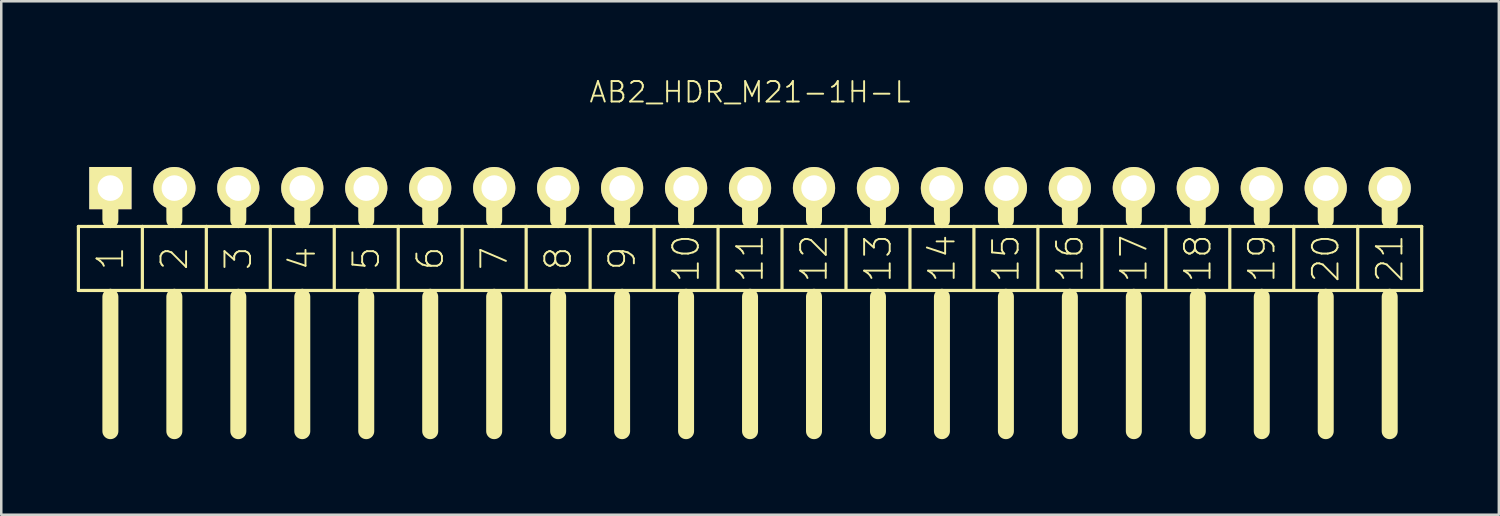
<source format=kicad_pcb>
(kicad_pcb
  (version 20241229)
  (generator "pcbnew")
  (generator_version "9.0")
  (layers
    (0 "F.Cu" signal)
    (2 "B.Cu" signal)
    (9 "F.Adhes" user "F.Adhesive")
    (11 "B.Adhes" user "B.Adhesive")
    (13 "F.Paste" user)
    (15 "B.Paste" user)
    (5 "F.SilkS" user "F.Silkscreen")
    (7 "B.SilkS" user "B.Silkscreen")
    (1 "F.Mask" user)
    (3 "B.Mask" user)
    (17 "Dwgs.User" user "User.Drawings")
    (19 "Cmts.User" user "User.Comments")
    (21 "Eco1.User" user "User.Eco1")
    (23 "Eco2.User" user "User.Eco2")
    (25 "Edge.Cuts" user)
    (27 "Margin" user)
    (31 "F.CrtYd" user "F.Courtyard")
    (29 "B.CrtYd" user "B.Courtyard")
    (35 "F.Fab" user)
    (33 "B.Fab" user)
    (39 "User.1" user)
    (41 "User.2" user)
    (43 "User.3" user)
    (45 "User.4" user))
  (footprint "AB2_HDR_M21-1H-L"
    (layer "F.Cu")
    (at 26.733 4.419)
    (property "Reference" "AB2_HDR_M21-1H-L" (at 0 -3.81 0) (layer "F.SilkS") (effects (font (size 0.813 0.813) (thickness 0.076))))
    (attr through_hole)
    (fp_line (start -26.67 1.524) (end -26.67 4.064) (stroke (width 0.127) (type solid)) (layer "F.SilkS"))
    (fp_line (start -26.67 4.064) (end -25.4 4.064) (stroke (width 0.127) (type solid)) (layer "F.SilkS"))
    (fp_line (start -25.4 0) (end -25.4 1.27) (stroke (width 0.635) (type solid)) (layer "F.SilkS"))
    (fp_line (start -25.4 1.524) (end -26.67 1.524) (stroke (width 0.127) (type solid)) (layer "F.SilkS"))
    (fp_line (start -25.4 4.064) (end -24.13 4.064) (stroke (width 0.127) (type solid)) (layer "F.SilkS"))
    (fp_line (start -25.4 4.318) (end -25.4 9.652) (stroke (width 0.635) (type solid)) (layer "F.SilkS"))
    (fp_line (start -24.13 1.524) (end -25.4 1.524) (stroke (width 0.127) (type solid)) (layer "F.SilkS"))
    (fp_line (start -24.13 4.064) (end -24.13 1.524) (stroke (width 0.127) (type solid)) (layer "F.SilkS"))
    (fp_line (start -24.13 4.064) (end -22.86 4.064) (stroke (width 0.127) (type solid)) (layer "F.SilkS"))
    (fp_line (start -22.86 0) (end -22.86 1.27) (stroke (width 0.635) (type solid)) (layer "F.SilkS"))
    (fp_line (start -22.86 1.524) (end -24.13 1.524) (stroke (width 0.127) (type solid)) (layer "F.SilkS"))
    (fp_line (start -22.86 4.064) (end -21.59 4.064) (stroke (width 0.127) (type solid)) (layer "F.SilkS"))
    (fp_line (start -22.86 4.318) (end -22.86 9.652) (stroke (width 0.635) (type solid)) (layer "F.SilkS"))
    (fp_line (start -21.59 1.524) (end -22.86 1.524) (stroke (width 0.127) (type solid)) (layer "F.SilkS"))
    (fp_line (start -21.59 4.064) (end -21.59 1.524) (stroke (width 0.127) (type solid)) (layer "F.SilkS"))
    (fp_line (start -21.59 4.064) (end -20.32 4.064) (stroke (width 0.127) (type solid)) (layer "F.SilkS"))
    (fp_line (start -20.32 0) (end -20.32 1.27) (stroke (width 0.635) (type solid)) (layer "F.SilkS"))
    (fp_line (start -20.32 1.524) (end -21.59 1.524) (stroke (width 0.127) (type solid)) (layer "F.SilkS"))
    (fp_line (start -20.32 4.064) (end -19.05 4.064) (stroke (width 0.127) (type solid)) (layer "F.SilkS"))
    (fp_line (start -20.32 4.318) (end -20.32 9.652) (stroke (width 0.635) (type solid)) (layer "F.SilkS"))
    (fp_line (start -19.05 1.524) (end -20.32 1.524) (stroke (width 0.127) (type solid)) (layer "F.SilkS"))
    (fp_line (start -19.05 4.064) (end -19.05 1.524) (stroke (width 0.127) (type solid)) (layer "F.SilkS"))
    (fp_line (start -19.05 4.064) (end -17.78 4.064) (stroke (width 0.127) (type solid)) (layer "F.SilkS"))
    (fp_line (start -17.78 0) (end -17.78 1.27) (stroke (width 0.635) (type solid)) (layer "F.SilkS"))
    (fp_line (start -17.78 1.524) (end -19.05 1.524) (stroke (width 0.127) (type solid)) (layer "F.SilkS"))
    (fp_line (start -17.78 4.064) (end -16.51 4.064) (stroke (width 0.127) (type solid)) (layer "F.SilkS"))
    (fp_line (start -17.78 4.318) (end -17.78 9.652) (stroke (width 0.635) (type solid)) (layer "F.SilkS"))
    (fp_line (start -16.51 1.524) (end -17.78 1.524) (stroke (width 0.127) (type solid)) (layer "F.SilkS"))
    (fp_line (start -16.51 4.064) (end -16.51 1.524) (stroke (width 0.127) (type solid)) (layer "F.SilkS"))
    (fp_line (start -16.51 4.064) (end -15.24 4.064) (stroke (width 0.127) (type solid)) (layer "F.SilkS"))
    (fp_line (start -15.24 0) (end -15.24 1.27) (stroke (width 0.635) (type solid)) (layer "F.SilkS"))
    (fp_line (start -15.24 1.524) (end -16.51 1.524) (stroke (width 0.127) (type solid)) (layer "F.SilkS"))
    (fp_line (start -15.24 4.064) (end -13.97 4.064) (stroke (width 0.127) (type solid)) (layer "F.SilkS"))
    (fp_line (start -15.24 4.318) (end -15.24 9.652) (stroke (width 0.635) (type solid)) (layer "F.SilkS"))
    (fp_line (start -13.97 1.524) (end -15.24 1.524) (stroke (width 0.127) (type solid)) (layer "F.SilkS"))
    (fp_line (start -13.97 4.064) (end -13.97 1.524) (stroke (width 0.127) (type solid)) (layer "F.SilkS"))
    (fp_line (start -13.97 4.064) (end -12.7 4.064) (stroke (width 0.127) (type solid)) (layer "F.SilkS"))
    (fp_line (start -12.7 0) (end -12.7 1.27) (stroke (width 0.635) (type solid)) (layer "F.SilkS"))
    (fp_line (start -12.7 1.524) (end -13.97 1.524) (stroke (width 0.127) (type solid)) (layer "F.SilkS"))
    (fp_line (start -12.7 4.064) (end -11.43 4.064) (stroke (width 0.127) (type solid)) (layer "F.SilkS"))
    (fp_line (start -12.7 4.318) (end -12.7 9.652) (stroke (width 0.635) (type solid)) (layer "F.SilkS"))
    (fp_line (start -11.43 1.524) (end -12.7 1.524) (stroke (width 0.127) (type solid)) (layer "F.SilkS"))
    (fp_line (start -11.43 4.064) (end -11.43 1.524) (stroke (width 0.127) (type solid)) (layer "F.SilkS"))
    (fp_line (start -11.43 4.064) (end -10.16 4.064) (stroke (width 0.127) (type solid)) (layer "F.SilkS"))
    (fp_line (start -10.16 0) (end -10.16 1.27) (stroke (width 0.635) (type solid)) (layer "F.SilkS"))
    (fp_line (start -10.16 1.524) (end -11.43 1.524) (stroke (width 0.127) (type solid)) (layer "F.SilkS"))
    (fp_line (start -10.16 4.064) (end -8.89 4.064) (stroke (width 0.127) (type solid)) (layer "F.SilkS"))
    (fp_line (start -10.16 4.318) (end -10.16 9.652) (stroke (width 0.635) (type solid)) (layer "F.SilkS"))
    (fp_line (start -8.89 1.524) (end -10.16 1.524) (stroke (width 0.127) (type solid)) (layer "F.SilkS"))
    (fp_line (start -8.89 4.064) (end -8.89 1.524) (stroke (width 0.127) (type solid)) (layer "F.SilkS"))
    (fp_line (start -8.89 4.064) (end -7.62 4.064) (stroke (width 0.127) (type solid)) (layer "F.SilkS"))
    (fp_line (start -7.62 0) (end -7.62 1.27) (stroke (width 0.635) (type solid)) (layer "F.SilkS"))
    (fp_line (start -7.62 1.524) (end -8.89 1.524) (stroke (width 0.127) (type solid)) (layer "F.SilkS"))
    (fp_line (start -7.62 4.064) (end -6.35 4.064) (stroke (width 0.127) (type solid)) (layer "F.SilkS"))
    (fp_line (start -7.62 4.318) (end -7.62 9.652) (stroke (width 0.635) (type solid)) (layer "F.SilkS"))
    (fp_line (start -6.35 1.524) (end -7.62 1.524) (stroke (width 0.127) (type solid)) (layer "F.SilkS"))
    (fp_line (start -6.35 4.064) (end -6.35 1.524) (stroke (width 0.127) (type solid)) (layer "F.SilkS"))
    (fp_line (start -6.35 4.064) (end -5.08 4.064) (stroke (width 0.127) (type solid)) (layer "F.SilkS"))
    (fp_line (start -5.08 0) (end -5.08 1.27) (stroke (width 0.635) (type solid)) (layer "F.SilkS"))
    (fp_line (start -5.08 1.524) (end -6.35 1.524) (stroke (width 0.127) (type solid)) (layer "F.SilkS"))
    (fp_line (start -5.08 4.064) (end -3.81 4.064) (stroke (width 0.127) (type solid)) (layer "F.SilkS"))
    (fp_line (start -5.08 4.318) (end -5.08 9.652) (stroke (width 0.635) (type solid)) (layer "F.SilkS"))
    (fp_line (start -3.81 1.524) (end -5.08 1.524) (stroke (width 0.127) (type solid)) (layer "F.SilkS"))
    (fp_line (start -3.81 4.064) (end -3.81 1.524) (stroke (width 0.127) (type solid)) (layer "F.SilkS"))
    (fp_line (start -3.81 4.064) (end -2.54 4.064) (stroke (width 0.127) (type solid)) (layer "F.SilkS"))
    (fp_line (start -2.54 0) (end -2.54 1.27) (stroke (width 0.635) (type solid)) (layer "F.SilkS"))
    (fp_line (start -2.54 1.524) (end -3.81 1.524) (stroke (width 0.127) (type solid)) (layer "F.SilkS"))
    (fp_line (start -2.54 4.064) (end -1.27 4.064) (stroke (width 0.127) (type solid)) (layer "F.SilkS"))
    (fp_line (start -2.54 4.318) (end -2.54 9.652) (stroke (width 0.635) (type solid)) (layer "F.SilkS"))
    (fp_line (start -1.27 1.524) (end -2.54 1.524) (stroke (width 0.127) (type solid)) (layer "F.SilkS"))
    (fp_line (start -1.27 4.064) (end -1.27 1.524) (stroke (width 0.127) (type solid)) (layer "F.SilkS"))
    (fp_line (start -1.27 4.064) (end 0 4.064) (stroke (width 0.127) (type solid)) (layer "F.SilkS"))
    (fp_line (start 0 0) (end 0 1.27) (stroke (width 0.635) (type solid)) (layer "F.SilkS"))
    (fp_line (start 0 1.524) (end -1.27 1.524) (stroke (width 0.127) (type solid)) (layer "F.SilkS"))
    (fp_line (start 0 4.064) (end 1.27 4.064) (stroke (width 0.127) (type solid)) (layer "F.SilkS"))
    (fp_line (start 0 4.318) (end 0 9.652) (stroke (width 0.635) (type solid)) (layer "F.SilkS"))
    (fp_line (start 1.27 1.524) (end 0 1.524) (stroke (width 0.127) (type solid)) (layer "F.SilkS"))
    (fp_line (start 1.27 4.064) (end 1.27 1.524) (stroke (width 0.127) (type solid)) (layer "F.SilkS"))
    (fp_line (start 1.27 4.064) (end 2.54 4.064) (stroke (width 0.127) (type solid)) (layer "F.SilkS"))
    (fp_line (start 2.54 0) (end 2.54 1.27) (stroke (width 0.635) (type solid)) (layer "F.SilkS"))
    (fp_line (start 2.54 1.524) (end 1.27 1.524) (stroke (width 0.127) (type solid)) (layer "F.SilkS"))
    (fp_line (start 2.54 4.064) (end 3.81 4.064) (stroke (width 0.127) (type solid)) (layer "F.SilkS"))
    (fp_line (start 2.54 4.318) (end 2.54 9.652) (stroke (width 0.635) (type solid)) (layer "F.SilkS"))
    (fp_line (start 3.81 1.524) (end 2.54 1.524) (stroke (width 0.127) (type solid)) (layer "F.SilkS"))
    (fp_line (start 3.81 4.064) (end 3.81 1.524) (stroke (width 0.127) (type solid)) (layer "F.SilkS"))
    (fp_line (start 3.81 4.064) (end 5.08 4.064) (stroke (width 0.127) (type solid)) (layer "F.SilkS"))
    (fp_line (start 5.08 0) (end 5.08 1.27) (stroke (width 0.635) (type solid)) (layer "F.SilkS"))
    (fp_line (start 5.08 1.524) (end 3.81 1.524) (stroke (width 0.127) (type solid)) (layer "F.SilkS"))
    (fp_line (start 5.08 4.064) (end 6.35 4.064) (stroke (width 0.127) (type solid)) (layer "F.SilkS"))
    (fp_line (start 5.08 4.318) (end 5.08 9.652) (stroke (width 0.635) (type solid)) (layer "F.SilkS"))
    (fp_line (start 6.35 1.524) (end 5.08 1.524) (stroke (width 0.127) (type solid)) (layer "F.SilkS"))
    (fp_line (start 6.35 4.064) (end 6.35 1.524) (stroke (width 0.127) (type solid)) (layer "F.SilkS"))
    (fp_line (start 6.35 4.064) (end 7.62 4.064) (stroke (width 0.127) (type solid)) (layer "F.SilkS"))
    (fp_line (start 7.62 0) (end 7.62 1.27) (stroke (width 0.635) (type solid)) (layer "F.SilkS"))
    (fp_line (start 7.62 1.524) (end 6.35 1.524) (stroke (width 0.127) (type solid)) (layer "F.SilkS"))
    (fp_line (start 7.62 4.064) (end 8.89 4.064) (stroke (width 0.127) (type solid)) (layer "F.SilkS"))
    (fp_line (start 7.62 4.318) (end 7.62 9.652) (stroke (width 0.635) (type solid)) (layer "F.SilkS"))
    (fp_line (start 8.89 1.524) (end 7.62 1.524) (stroke (width 0.127) (type solid)) (layer "F.SilkS"))
    (fp_line (start 8.89 4.064) (end 8.89 1.524) (stroke (width 0.127) (type solid)) (layer "F.SilkS"))
    (fp_line (start 8.89 4.064) (end 10.16 4.064) (stroke (width 0.127) (type solid)) (layer "F.SilkS"))
    (fp_line (start 10.16 0) (end 10.16 1.27) (stroke (width 0.635) (type solid)) (layer "F.SilkS"))
    (fp_line (start 10.16 1.524) (end 8.89 1.524) (stroke (width 0.127) (type solid)) (layer "F.SilkS"))
    (fp_line (start 10.16 4.064) (end 11.43 4.064) (stroke (width 0.127) (type solid)) (layer "F.SilkS"))
    (fp_line (start 10.16 4.318) (end 10.16 9.652) (stroke (width 0.635) (type solid)) (layer "F.SilkS"))
    (fp_line (start 11.43 1.524) (end 10.16 1.524) (stroke (width 0.127) (type solid)) (layer "F.SilkS"))
    (fp_line (start 11.43 4.064) (end 11.43 1.524) (stroke (width 0.127) (type solid)) (layer "F.SilkS"))
    (fp_line (start 11.43 4.064) (end 12.7 4.064) (stroke (width 0.127) (type solid)) (layer "F.SilkS"))
    (fp_line (start 12.7 0) (end 12.7 1.27) (stroke (width 0.635) (type solid)) (layer "F.SilkS"))
    (fp_line (start 12.7 1.524) (end 11.43 1.524) (stroke (width 0.127) (type solid)) (layer "F.SilkS"))
    (fp_line (start 12.7 4.064) (end 13.97 4.064) (stroke (width 0.127) (type solid)) (layer "F.SilkS"))
    (fp_line (start 12.7 4.318) (end 12.7 9.652) (stroke (width 0.635) (type solid)) (layer "F.SilkS"))
    (fp_line (start 13.97 1.524) (end 12.7 1.524) (stroke (width 0.127) (type solid)) (layer "F.SilkS"))
    (fp_line (start 13.97 4.064) (end 13.97 1.524) (stroke (width 0.127) (type solid)) (layer "F.SilkS"))
    (fp_line (start 13.97 4.064) (end 15.24 4.064) (stroke (width 0.127) (type solid)) (layer "F.SilkS"))
    (fp_line (start 15.24 0) (end 15.24 1.27) (stroke (width 0.635) (type solid)) (layer "F.SilkS"))
    (fp_line (start 15.24 1.524) (end 13.97 1.524) (stroke (width 0.127) (type solid)) (layer "F.SilkS"))
    (fp_line (start 15.24 4.064) (end 16.51 4.064) (stroke (width 0.127) (type solid)) (layer "F.SilkS"))
    (fp_line (start 15.24 4.318) (end 15.24 9.652) (stroke (width 0.635) (type solid)) (layer "F.SilkS"))
    (fp_line (start 16.51 1.524) (end 15.24 1.524) (stroke (width 0.127) (type solid)) (layer "F.SilkS"))
    (fp_line (start 16.51 4.064) (end 16.51 1.524) (stroke (width 0.127) (type solid)) (layer "F.SilkS"))
    (fp_line (start 16.51 4.064) (end 17.78 4.064) (stroke (width 0.127) (type solid)) (layer "F.SilkS"))
    (fp_line (start 17.78 0) (end 17.78 1.27) (stroke (width 0.635) (type solid)) (layer "F.SilkS"))
    (fp_line (start 17.78 1.524) (end 16.51 1.524) (stroke (width 0.127) (type solid)) (layer "F.SilkS"))
    (fp_line (start 17.78 4.064) (end 19.05 4.064) (stroke (width 0.127) (type solid)) (layer "F.SilkS"))
    (fp_line (start 17.78 4.318) (end 17.78 9.652) (stroke (width 0.635) (type solid)) (layer "F.SilkS"))
    (fp_line (start 19.05 1.524) (end 17.78 1.524) (stroke (width 0.127) (type solid)) (layer "F.SilkS"))
    (fp_line (start 19.05 4.064) (end 19.05 1.524) (stroke (width 0.127) (type solid)) (layer "F.SilkS"))
    (fp_line (start 19.05 4.064) (end 20.32 4.064) (stroke (width 0.127) (type solid)) (layer "F.SilkS"))
    (fp_line (start 20.32 0) (end 20.32 1.27) (stroke (width 0.635) (type solid)) (layer "F.SilkS"))
    (fp_line (start 20.32 1.524) (end 19.05 1.524) (stroke (width 0.127) (type solid)) (layer "F.SilkS"))
    (fp_line (start 20.32 4.064) (end 21.59 4.064) (stroke (width 0.127) (type solid)) (layer "F.SilkS"))
    (fp_line (start 20.32 4.318) (end 20.32 9.652) (stroke (width 0.635) (type solid)) (layer "F.SilkS"))
    (fp_line (start 21.59 1.524) (end 20.32 1.524) (stroke (width 0.127) (type solid)) (layer "F.SilkS"))
    (fp_line (start 21.59 4.064) (end 21.59 1.524) (stroke (width 0.127) (type solid)) (layer "F.SilkS"))
    (fp_line (start 21.59 4.064) (end 22.86 4.064) (stroke (width 0.127) (type solid)) (layer "F.SilkS"))
    (fp_line (start 22.86 0) (end 22.86 1.27) (stroke (width 0.635) (type solid)) (layer "F.SilkS"))
    (fp_line (start 22.86 1.524) (end 21.59 1.524) (stroke (width 0.127) (type solid)) (layer "F.SilkS"))
    (fp_line (start 22.86 4.064) (end 24.13 4.064) (stroke (width 0.127) (type solid)) (layer "F.SilkS"))
    (fp_line (start 22.86 4.318) (end 22.86 9.652) (stroke (width 0.635) (type solid)) (layer "F.SilkS"))
    (fp_line (start 24.13 1.524) (end 22.86 1.524) (stroke (width 0.127) (type solid)) (layer "F.SilkS"))
    (fp_line (start 24.13 4.064) (end 24.13 1.524) (stroke (width 0.127) (type solid)) (layer "F.SilkS"))
    (fp_line (start 24.13 4.064) (end 25.4 4.064) (stroke (width 0.127) (type solid)) (layer "F.SilkS"))
    (fp_line (start 25.4 0) (end 25.4 1.27) (stroke (width 0.635) (type solid)) (layer "F.SilkS"))
    (fp_line (start 25.4 1.524) (end 24.13 1.524) (stroke (width 0.127) (type solid)) (layer "F.SilkS"))
    (fp_line (start 25.4 4.064) (end 26.67 4.064) (stroke (width 0.127) (type solid)) (layer "F.SilkS"))
    (fp_line (start 25.4 4.318) (end 25.4 9.652) (stroke (width 0.635) (type solid)) (layer "F.SilkS"))
    (fp_line (start 26.67 1.524) (end 25.4 1.524) (stroke (width 0.127) (type solid)) (layer "F.SilkS"))
    (fp_line (start 26.67 4.064) (end 26.67 1.524) (stroke (width 0.127) (type solid)) (layer "F.SilkS"))
    (fp_text user "5" (at -15.24 2.794 90) (layer "F.SilkS") (effects (font (size 1.016 1.016) (thickness 0.076))))
    (fp_text user "6" (at -12.7 2.794 90) (layer "F.SilkS") (effects (font (size 1.016 1.016) (thickness 0.076))))
    (fp_text user "4" (at -17.78 2.794 90) (layer "F.SilkS") (effects (font (size 1.016 1.016) (thickness 0.076))))
    (fp_text user "8" (at -7.62 2.794 90) (layer "F.SilkS") (effects (font (size 1.016 1.016) (thickness 0.076))))
    (fp_text user "13" (at 5.08 2.794 90) (layer "F.SilkS") (effects (font (size 1.016 1.016) (thickness 0.076))))
    (fp_text user "12" (at 2.54 2.794 90) (layer "F.SilkS") (effects (font (size 1.016 1.016) (thickness 0.076))))
    (fp_text user "15" (at 10.16 2.794 90) (layer "F.SilkS") (effects (font (size 1.016 1.016) (thickness 0.076))))
    (fp_text user "10" (at -2.54 2.794 90) (layer "F.SilkS") (effects (font (size 1.016 1.016) (thickness 0.076))))
    (fp_text user "11" (at 0 2.794 90) (layer "F.SilkS") (effects (font (size 1.016 1.016) (thickness 0.076))))
    (fp_text user "7" (at -10.16 2.794 90) (layer "F.SilkS") (effects (font (size 1.016 1.016) (thickness 0.076))))
    (fp_text user "16" (at 12.7 2.794 90) (layer "F.SilkS") (effects (font (size 1.016 1.016) (thickness 0.076))))
    (fp_text user "18" (at 17.78 2.794 90) (layer "F.SilkS") (effects (font (size 1.016 1.016) (thickness 0.076))))
    (fp_text user "17" (at 15.24 2.794 90) (layer "F.SilkS") (effects (font (size 1.016 1.016) (thickness 0.076))))
    (fp_text user "1" (at -25.4 2.794 90) (layer "F.SilkS") (effects (font (size 1.016 1.016) (thickness 0.076))))
    (fp_text user "14" (at 7.62 2.794 90) (layer "F.SilkS") (effects (font (size 1.016 1.016) (thickness 0.076))))
    (fp_text user "3" (at -20.32 2.794 90) (layer "F.SilkS") (effects (font (size 1.016 1.016) (thickness 0.076))))
    (fp_text user "9" (at -5.08 2.794 90) (layer "F.SilkS") (effects (font (size 1.016 1.016) (thickness 0.076))))
    (fp_text user "2" (at -22.86 2.794 90) (layer "F.SilkS") (effects (font (size 1.016 1.016) (thickness 0.076))))
    (fp_text user "20" (at 22.86 2.794 90) (layer "F.SilkS") (effects (font (size 1.016 1.016) (thickness 0.076))))
    (fp_text user "21" (at 25.4 2.794 90) (layer "F.SilkS") (effects (font (size 1.016 1.016) (thickness 0.076))))
    (fp_text user "19" (at 20.32 2.794 90) (layer "F.SilkS") (effects (font (size 1.016 1.016) (thickness 0.076))))
    (pad "1" thru_hole rect (at -25.4 0) (size 1.676 1.676) (drill 1.016) (layers "*.Cu" "*.Mask" "F.SilkS"))
    (pad "2" thru_hole circle (at -22.86 0) (size 1.676 1.676) (drill 1.016) (layers "*.Cu" "*.Mask" "F.SilkS"))
    (pad "3" thru_hole circle (at -20.32 0) (size 1.676 1.676) (drill 1.016) (layers "*.Cu" "*.Mask" "F.SilkS"))
    (pad "4" thru_hole circle (at -17.78 0) (size 1.676 1.676) (drill 1.016) (layers "*.Cu" "*.Mask" "F.SilkS"))
    (pad "5" thru_hole circle (at -15.24 0) (size 1.676 1.676) (drill 1.016) (layers "*.Cu" "*.Mask" "F.SilkS"))
    (pad "6" thru_hole circle (at -12.7 0) (size 1.676 1.676) (drill 1.016) (layers "*.Cu" "*.Mask" "F.SilkS"))
    (pad "7" thru_hole circle (at -10.16 0) (size 1.676 1.676) (drill 1.016) (layers "*.Cu" "*.Mask" "F.SilkS"))
    (pad "8" thru_hole circle (at -7.62 0) (size 1.676 1.676) (drill 1.016) (layers "*.Cu" "*.Mask" "F.SilkS"))
    (pad "9" thru_hole circle (at -5.08 0) (size 1.676 1.676) (drill 1.016) (layers "*.Cu" "*.Mask" "F.SilkS"))
    (pad "10" thru_hole circle (at -2.54 0) (size 1.676 1.676) (drill 1.016) (layers "*.Cu" "*.Mask" "F.SilkS"))
    (pad "11" thru_hole circle (at 0 0) (size 1.676 1.676) (drill 1.016) (layers "*.Cu" "*.Mask" "F.SilkS"))
    (pad "12" thru_hole circle (at 2.54 0) (size 1.676 1.676) (drill 1.016) (layers "*.Cu" "*.Mask" "F.SilkS"))
    (pad "13" thru_hole circle (at 5.08 0) (size 1.676 1.676) (drill 1.016) (layers "*.Cu" "*.Mask" "F.SilkS"))
    (pad "14" thru_hole circle (at 7.62 0) (size 1.676 1.676) (drill 1.016) (layers "*.Cu" "*.Mask" "F.SilkS"))
    (pad "15" thru_hole circle (at 10.16 0) (size 1.676 1.676) (drill 1.016) (layers "*.Cu" "*.Mask" "F.SilkS"))
    (pad "16" thru_hole circle (at 12.7 0) (size 1.676 1.676) (drill 1.016) (layers "*.Cu" "*.Mask" "F.SilkS"))
    (pad "17" thru_hole circle (at 15.24 0) (size 1.676 1.676) (drill 1.016) (layers "*.Cu" "*.Mask" "F.SilkS"))
    (pad "18" thru_hole circle (at 17.78 0) (size 1.676 1.676) (drill 1.016) (layers "*.Cu" "*.Mask" "F.SilkS"))
    (pad "19" thru_hole circle (at 20.32 0) (size 1.676 1.676) (drill 1.016) (layers "*.Cu" "*.Mask" "F.SilkS"))
    (pad "20" thru_hole circle (at 22.86 0) (size 1.676 1.676) (drill 1.016) (layers "*.Cu" "*.Mask" "F.SilkS"))
    (pad "21" thru_hole circle (at 25.4 0) (size 1.676 1.676) (drill 1.016) (layers "*.Cu" "*.Mask" "F.SilkS")))
  (gr_rect
    (start -3 -3)
    (end 56.467 17.389)
    (stroke (width 0.1) (type default))
    (fill no)
    (layer "Edge.Cuts")))
</source>
